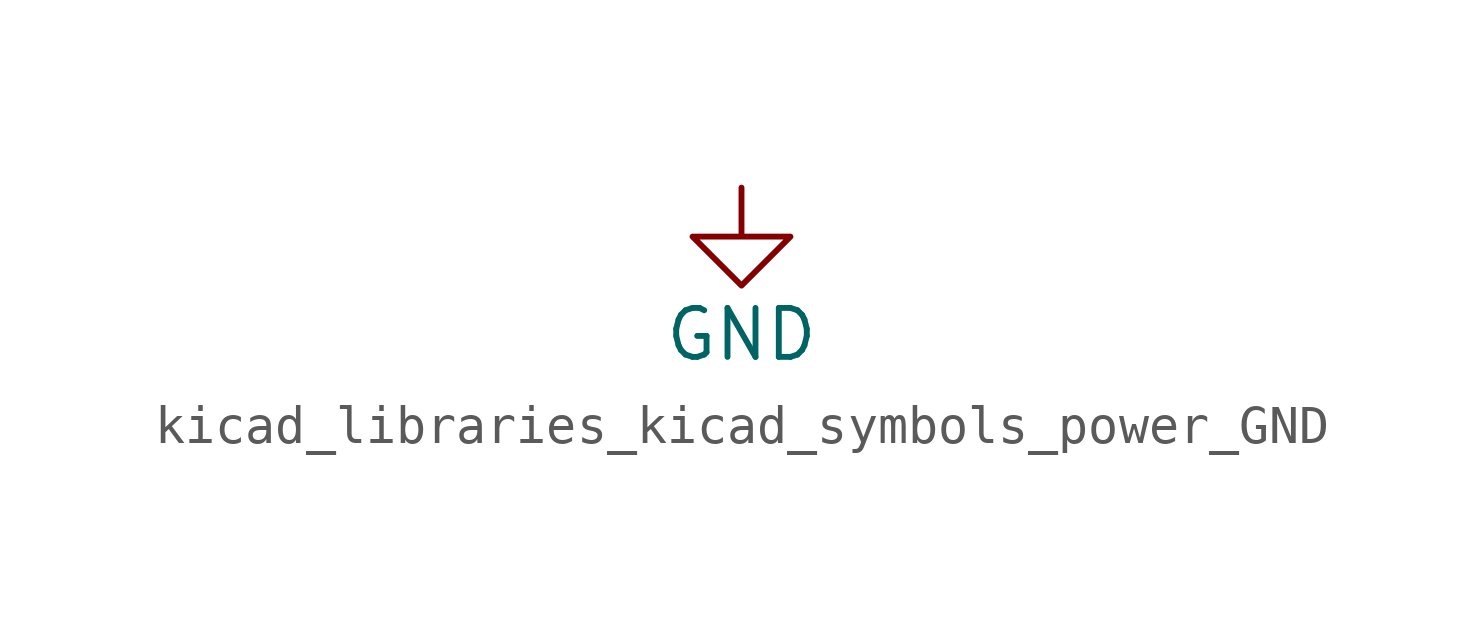
<source format=kicad_sym>
(kicad_symbol_lib
  (version 20220914)
  (generator kicad_symbol_editor)
  (symbol "kicad_libraries_kicad_symbols_power_GND"
    (power)
    (pin_names
      (offset 0))
    (property "Reference" "#PWR"
      (at 0 -6.35 0)
      (effects (font (size 1.27 1.27)) hide))
    (property "Value" "GND"
      (at 0 -3.81 0)
      (effects (font (size 1.27 1.27))))
    (symbol "kicad_libraries_kicad_symbols_power_GND_0_1"
      (polyline (pts (xy 0 0) (xy 0 -1.27) (xy 1.27 -1.27) (xy 0 -2.54) (xy -1.27 -1.27) (xy 0 -1.27)) (stroke (width 0) (type default)) (fill (type none))))
    (symbol "kicad_libraries_kicad_symbols_power_GND_1_1"
      (pin power_in line (at 0 0 270) (length 0) hide (name "GND" (effects (font (size 1.27 1.27)))) (number "1" (effects (font (size 1.27 1.27))))))))
</source>
